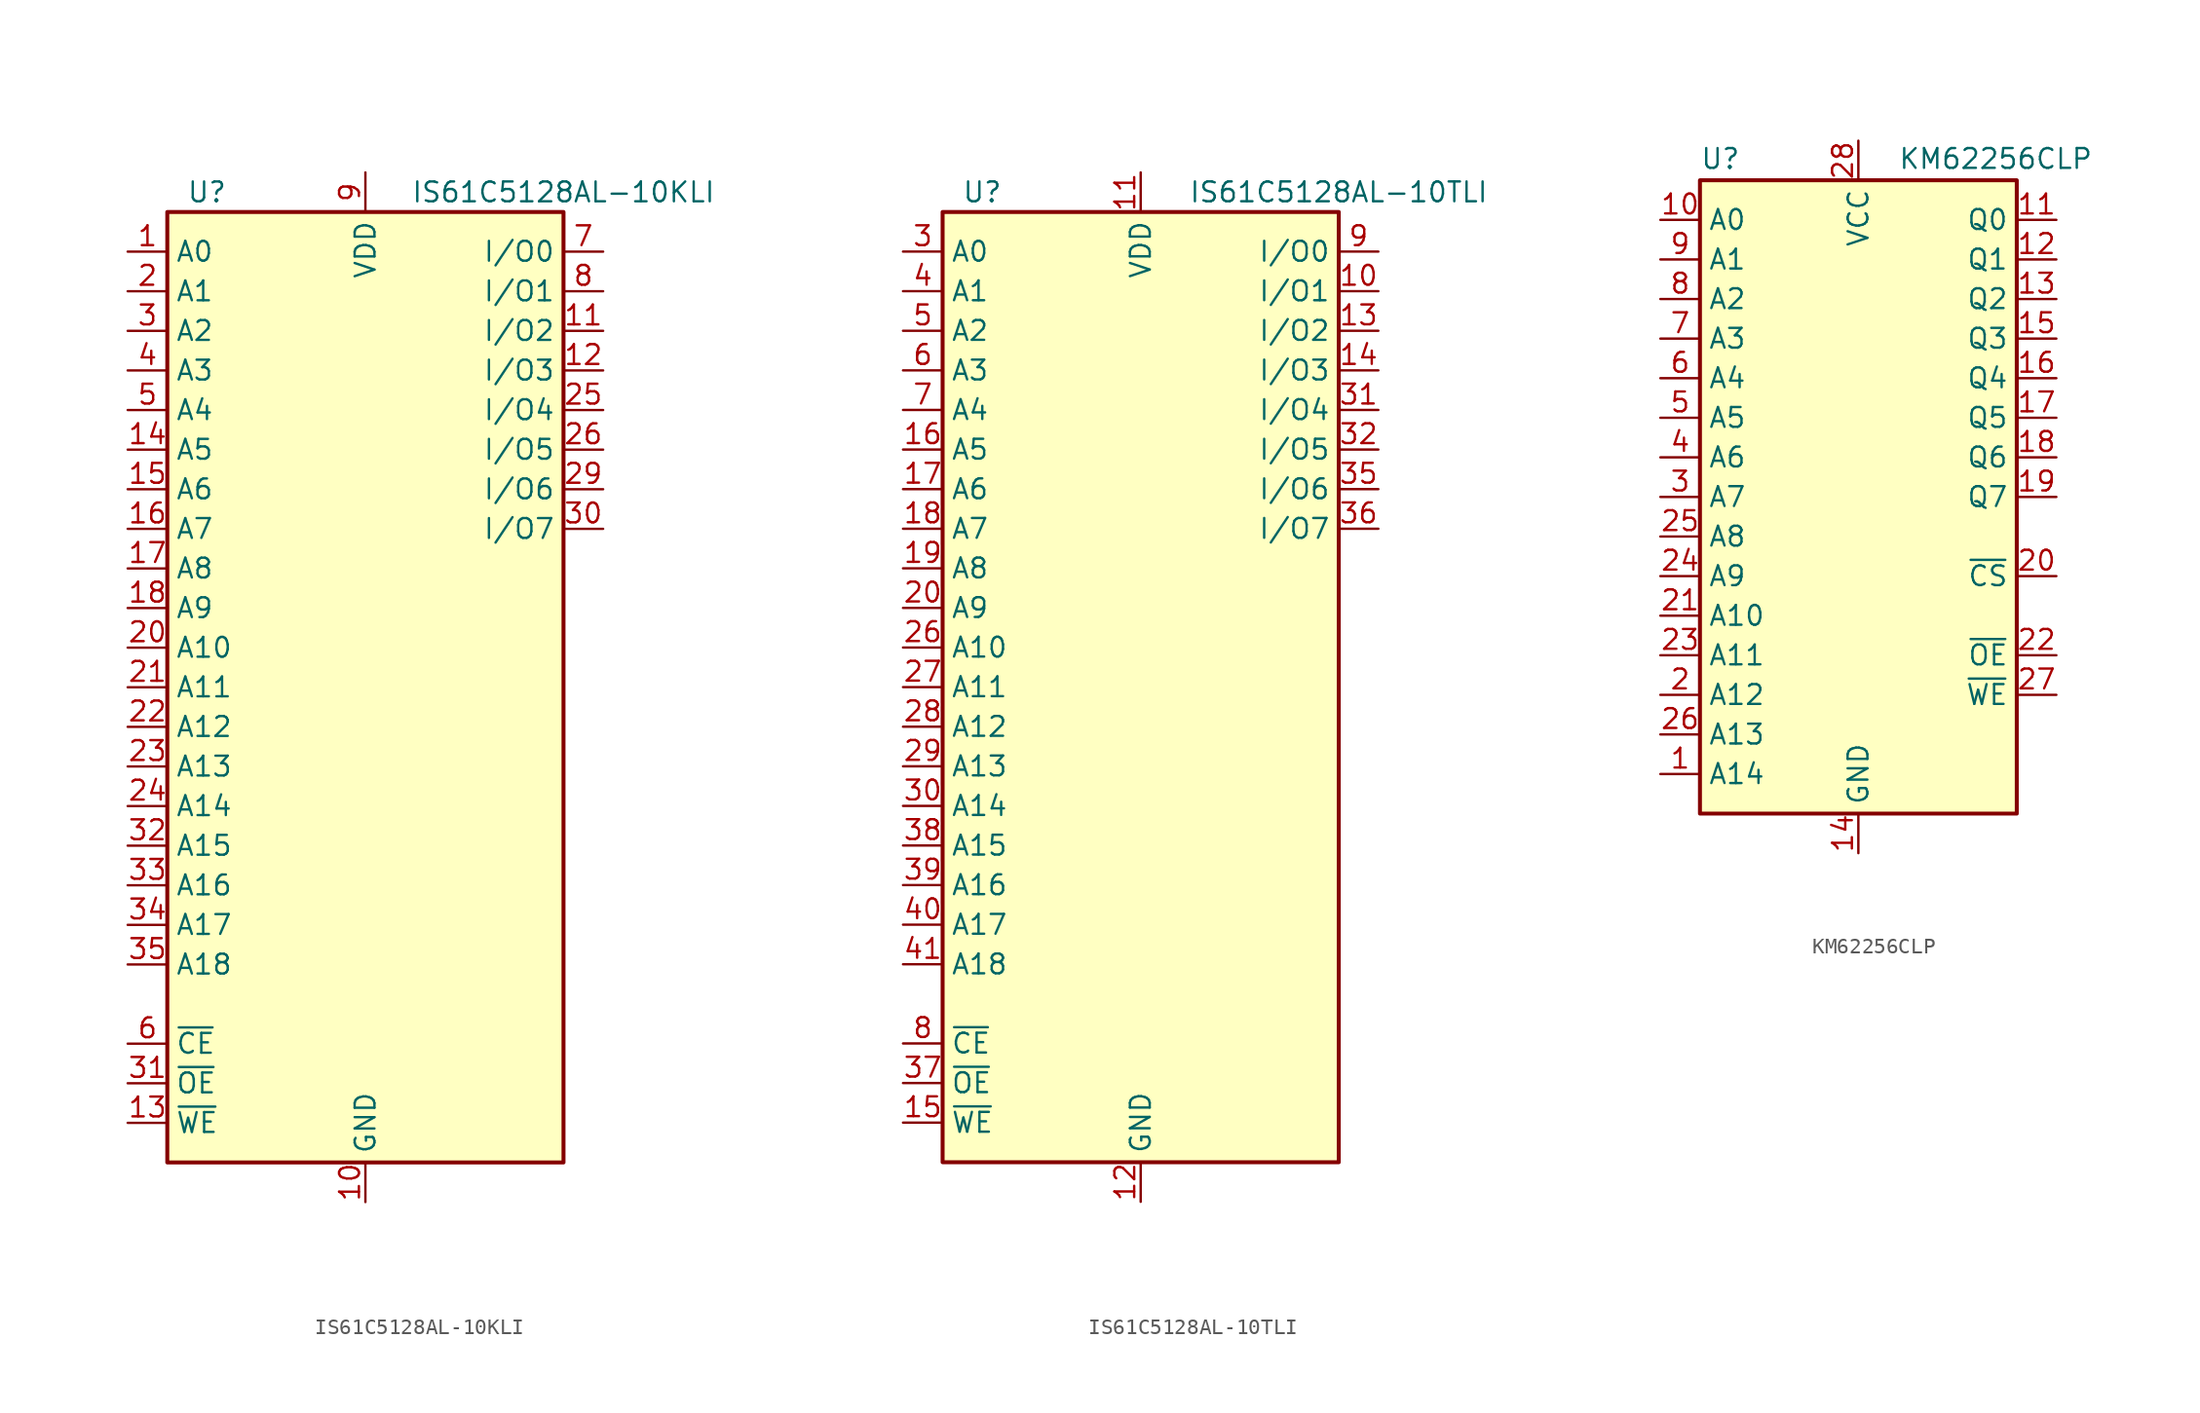
<source format=kicad_sym>
(kicad_symbol_lib
  (version 20200908)
  (generator kicad_symbol_editor)
  (symbol "Memory_RAM:IS61C5128AL-10KLI"
    (property "Reference" "U"
      (at -10.16 31.75 0)
      (effects (font (size 1.27 1.27))))
    (property "Value" "IS61C5128AL-10KLI"
      (at 12.7 31.75 0)
      (effects (font (size 1.27 1.27))))
    (symbol "IS61C5128AL-10KLI_0_1"
      (rectangle (start -12.7 30.48) (end 12.7 -30.48) (stroke (width 0.254)) (fill (type background))))
    (symbol "IS61C5128AL-10KLI_1_1"
      (pin input line (at -15.24 27.94 0) (length 2.54) (name "A0" (effects (font (size 1.27 1.27)))) (number "1" (effects (font (size 1.27 1.27)))))
      (pin power_in line (at 0 -33.02 90) (length 2.54) (name "GND" (effects (font (size 1.27 1.27)))) (number "10" (effects (font (size 1.27 1.27)))))
      (pin bidirectional line (at 15.24 22.86 180) (length 2.54) (name "I/O2" (effects (font (size 1.27 1.27)))) (number "11" (effects (font (size 1.27 1.27)))))
      (pin bidirectional line (at 15.24 20.32 180) (length 2.54) (name "I/O3" (effects (font (size 1.27 1.27)))) (number "12" (effects (font (size 1.27 1.27)))))
      (pin input line (at -15.24 -27.94 0) (length 2.54) (name "~WE" (effects (font (size 1.27 1.27)))) (number "13" (effects (font (size 1.27 1.27)))))
      (pin input line (at -15.24 15.24 0) (length 2.54) (name "A5" (effects (font (size 1.27 1.27)))) (number "14" (effects (font (size 1.27 1.27)))))
      (pin input line (at -15.24 12.7 0) (length 2.54) (name "A6" (effects (font (size 1.27 1.27)))) (number "15" (effects (font (size 1.27 1.27)))))
      (pin input line (at -15.24 10.16 0) (length 2.54) (name "A7" (effects (font (size 1.27 1.27)))) (number "16" (effects (font (size 1.27 1.27)))))
      (pin input line (at -15.24 7.62 0) (length 2.54) (name "A8" (effects (font (size 1.27 1.27)))) (number "17" (effects (font (size 1.27 1.27)))))
      (pin input line (at -15.24 5.08 0) (length 2.54) (name "A9" (effects (font (size 1.27 1.27)))) (number "18" (effects (font (size 1.27 1.27)))))
      (pin unconnected line (at 12.7 -27.94 180) (length 2.54) hide (name "NC" (effects (font (size 1.27 1.27)))) (number "19" (effects (font (size 1.27 1.27)))))
      (pin input line (at -15.24 25.4 0) (length 2.54) (name "A1" (effects (font (size 1.27 1.27)))) (number "2" (effects (font (size 1.27 1.27)))))
      (pin input line (at -15.24 2.54 0) (length 2.54) (name "A10" (effects (font (size 1.27 1.27)))) (number "20" (effects (font (size 1.27 1.27)))))
      (pin input line (at -15.24 0 0) (length 2.54) (name "A11" (effects (font (size 1.27 1.27)))) (number "21" (effects (font (size 1.27 1.27)))))
      (pin input line (at -15.24 -2.54 0) (length 2.54) (name "A12" (effects (font (size 1.27 1.27)))) (number "22" (effects (font (size 1.27 1.27)))))
      (pin input line (at -15.24 -5.08 0) (length 2.54) (name "A13" (effects (font (size 1.27 1.27)))) (number "23" (effects (font (size 1.27 1.27)))))
      (pin input line (at -15.24 -7.62 0) (length 2.54) (name "A14" (effects (font (size 1.27 1.27)))) (number "24" (effects (font (size 1.27 1.27)))))
      (pin bidirectional line (at 15.24 17.78 180) (length 2.54) (name "I/O4" (effects (font (size 1.27 1.27)))) (number "25" (effects (font (size 1.27 1.27)))))
      (pin bidirectional line (at 15.24 15.24 180) (length 2.54) (name "I/O5" (effects (font (size 1.27 1.27)))) (number "26" (effects (font (size 1.27 1.27)))))
      (pin passive line (at 0 33.02 270) (length 2.54) hide (name "VDD" (effects (font (size 1.27 1.27)))) (number "27" (effects (font (size 1.27 1.27)))))
      (pin passive line (at 0 -33.02 90) (length 2.54) hide (name "GND" (effects (font (size 1.27 1.27)))) (number "28" (effects (font (size 1.27 1.27)))))
      (pin bidirectional line (at 15.24 12.7 180) (length 2.54) (name "I/O6" (effects (font (size 1.27 1.27)))) (number "29" (effects (font (size 1.27 1.27)))))
      (pin input line (at -15.24 22.86 0) (length 2.54) (name "A2" (effects (font (size 1.27 1.27)))) (number "3" (effects (font (size 1.27 1.27)))))
      (pin bidirectional line (at 15.24 10.16 180) (length 2.54) (name "I/O7" (effects (font (size 1.27 1.27)))) (number "30" (effects (font (size 1.27 1.27)))))
      (pin input line (at -15.24 -25.4 0) (length 2.54) (name "~OE" (effects (font (size 1.27 1.27)))) (number "31" (effects (font (size 1.27 1.27)))))
      (pin input line (at -15.24 -10.16 0) (length 2.54) (name "A15" (effects (font (size 1.27 1.27)))) (number "32" (effects (font (size 1.27 1.27)))))
      (pin input line (at -15.24 -12.7 0) (length 2.54) (name "A16" (effects (font (size 1.27 1.27)))) (number "33" (effects (font (size 1.27 1.27)))))
      (pin input line (at -15.24 -15.24 0) (length 2.54) (name "A17" (effects (font (size 1.27 1.27)))) (number "34" (effects (font (size 1.27 1.27)))))
      (pin input line (at -15.24 -17.78 0) (length 2.54) (name "A18" (effects (font (size 1.27 1.27)))) (number "35" (effects (font (size 1.27 1.27)))))
      (pin unconnected line (at 12.7 -25.4 180) (length 2.54) hide (name "NC" (effects (font (size 1.27 1.27)))) (number "36" (effects (font (size 1.27 1.27)))))
      (pin input line (at -15.24 20.32 0) (length 2.54) (name "A3" (effects (font (size 1.27 1.27)))) (number "4" (effects (font (size 1.27 1.27)))))
      (pin input line (at -15.24 17.78 0) (length 2.54) (name "A4" (effects (font (size 1.27 1.27)))) (number "5" (effects (font (size 1.27 1.27)))))
      (pin input line (at -15.24 -22.86 0) (length 2.54) (name "~CE" (effects (font (size 1.27 1.27)))) (number "6" (effects (font (size 1.27 1.27)))))
      (pin bidirectional line (at 15.24 27.94 180) (length 2.54) (name "I/O0" (effects (font (size 1.27 1.27)))) (number "7" (effects (font (size 1.27 1.27)))))
      (pin bidirectional line (at 15.24 25.4 180) (length 2.54) (name "I/O1" (effects (font (size 1.27 1.27)))) (number "8" (effects (font (size 1.27 1.27)))))
      (pin power_in line (at 0 33.02 270) (length 2.54) (name "VDD" (effects (font (size 1.27 1.27)))) (number "9" (effects (font (size 1.27 1.27)))))))
  (symbol "Memory_RAM:IS61C5128AL-10TLI"
    (property "Reference" "U"
      (at -10.16 31.75 0)
      (effects (font (size 1.27 1.27))))
    (property "Value" "IS61C5128AL-10TLI"
      (at 12.7 31.75 0)
      (effects (font (size 1.27 1.27))))
    (symbol "IS61C5128AL-10TLI_0_1"
      (rectangle (start -12.7 30.48) (end 12.7 -30.48) (stroke (width 0.254)) (fill (type background))))
    (symbol "IS61C5128AL-10TLI_1_1"
      (pin unconnected line (at 12.7 -27.94 180) (length 2.54) hide (name "NC" (effects (font (size 1.27 1.27)))) (number "1" (effects (font (size 1.27 1.27)))))
      (pin bidirectional line (at 15.24 25.4 180) (length 2.54) (name "I/O1" (effects (font (size 1.27 1.27)))) (number "10" (effects (font (size 1.27 1.27)))))
      (pin power_in line (at 0 33.02 270) (length 2.54) (name "VDD" (effects (font (size 1.27 1.27)))) (number "11" (effects (font (size 1.27 1.27)))))
      (pin power_in line (at 0 -33.02 90) (length 2.54) (name "GND" (effects (font (size 1.27 1.27)))) (number "12" (effects (font (size 1.27 1.27)))))
      (pin bidirectional line (at 15.24 22.86 180) (length 2.54) (name "I/O2" (effects (font (size 1.27 1.27)))) (number "13" (effects (font (size 1.27 1.27)))))
      (pin bidirectional line (at 15.24 20.32 180) (length 2.54) (name "I/O3" (effects (font (size 1.27 1.27)))) (number "14" (effects (font (size 1.27 1.27)))))
      (pin input line (at -15.24 -27.94 0) (length 2.54) (name "~WE" (effects (font (size 1.27 1.27)))) (number "15" (effects (font (size 1.27 1.27)))))
      (pin input line (at -15.24 15.24 0) (length 2.54) (name "A5" (effects (font (size 1.27 1.27)))) (number "16" (effects (font (size 1.27 1.27)))))
      (pin input line (at -15.24 12.7 0) (length 2.54) (name "A6" (effects (font (size 1.27 1.27)))) (number "17" (effects (font (size 1.27 1.27)))))
      (pin input line (at -15.24 10.16 0) (length 2.54) (name "A7" (effects (font (size 1.27 1.27)))) (number "18" (effects (font (size 1.27 1.27)))))
      (pin input line (at -15.24 7.62 0) (length 2.54) (name "A8" (effects (font (size 1.27 1.27)))) (number "19" (effects (font (size 1.27 1.27)))))
      (pin unconnected line (at 12.7 -25.4 180) (length 2.54) hide (name "NC" (effects (font (size 1.27 1.27)))) (number "2" (effects (font (size 1.27 1.27)))))
      (pin input line (at -15.24 5.08 0) (length 2.54) (name "A9" (effects (font (size 1.27 1.27)))) (number "20" (effects (font (size 1.27 1.27)))))
      (pin unconnected line (at 12.7 -22.86 180) (length 2.54) hide (name "NC" (effects (font (size 1.27 1.27)))) (number "21" (effects (font (size 1.27 1.27)))))
      (pin unconnected line (at 12.7 -20.32 180) (length 2.54) hide (name "NC" (effects (font (size 1.27 1.27)))) (number "22" (effects (font (size 1.27 1.27)))))
      (pin unconnected line (at 12.7 -17.78 180) (length 2.54) hide (name "NC" (effects (font (size 1.27 1.27)))) (number "23" (effects (font (size 1.27 1.27)))))
      (pin unconnected line (at 12.7 -15.24 180) (length 2.54) hide (name "NC" (effects (font (size 1.27 1.27)))) (number "24" (effects (font (size 1.27 1.27)))))
      (pin unconnected line (at 12.7 -12.7 180) (length 2.54) hide (name "NC" (effects (font (size 1.27 1.27)))) (number "25" (effects (font (size 1.27 1.27)))))
      (pin input line (at -15.24 2.54 0) (length 2.54) (name "A10" (effects (font (size 1.27 1.27)))) (number "26" (effects (font (size 1.27 1.27)))))
      (pin input line (at -15.24 0 0) (length 2.54) (name "A11" (effects (font (size 1.27 1.27)))) (number "27" (effects (font (size 1.27 1.27)))))
      (pin input line (at -15.24 -2.54 0) (length 2.54) (name "A12" (effects (font (size 1.27 1.27)))) (number "28" (effects (font (size 1.27 1.27)))))
      (pin input line (at -15.24 -5.08 0) (length 2.54) (name "A13" (effects (font (size 1.27 1.27)))) (number "29" (effects (font (size 1.27 1.27)))))
      (pin input line (at -15.24 27.94 0) (length 2.54) (name "A0" (effects (font (size 1.27 1.27)))) (number "3" (effects (font (size 1.27 1.27)))))
      (pin input line (at -15.24 -7.62 0) (length 2.54) (name "A14" (effects (font (size 1.27 1.27)))) (number "30" (effects (font (size 1.27 1.27)))))
      (pin bidirectional line (at 15.24 17.78 180) (length 2.54) (name "I/O4" (effects (font (size 1.27 1.27)))) (number "31" (effects (font (size 1.27 1.27)))))
      (pin bidirectional line (at 15.24 15.24 180) (length 2.54) (name "I/O5" (effects (font (size 1.27 1.27)))) (number "32" (effects (font (size 1.27 1.27)))))
      (pin passive line (at 0 33.02 270) (length 2.54) hide (name "VDD" (effects (font (size 1.27 1.27)))) (number "33" (effects (font (size 1.27 1.27)))))
      (pin passive line (at 0 -33.02 90) (length 2.54) hide (name "GND" (effects (font (size 1.27 1.27)))) (number "34" (effects (font (size 1.27 1.27)))))
      (pin bidirectional line (at 15.24 12.7 180) (length 2.54) (name "I/O6" (effects (font (size 1.27 1.27)))) (number "35" (effects (font (size 1.27 1.27)))))
      (pin bidirectional line (at 15.24 10.16 180) (length 2.54) (name "I/O7" (effects (font (size 1.27 1.27)))) (number "36" (effects (font (size 1.27 1.27)))))
      (pin input line (at -15.24 -25.4 0) (length 2.54) (name "~OE" (effects (font (size 1.27 1.27)))) (number "37" (effects (font (size 1.27 1.27)))))
      (pin input line (at -15.24 -10.16 0) (length 2.54) (name "A15" (effects (font (size 1.27 1.27)))) (number "38" (effects (font (size 1.27 1.27)))))
      (pin input line (at -15.24 -12.7 0) (length 2.54) (name "A16" (effects (font (size 1.27 1.27)))) (number "39" (effects (font (size 1.27 1.27)))))
      (pin input line (at -15.24 25.4 0) (length 2.54) (name "A1" (effects (font (size 1.27 1.27)))) (number "4" (effects (font (size 1.27 1.27)))))
      (pin input line (at -15.24 -15.24 0) (length 2.54) (name "A17" (effects (font (size 1.27 1.27)))) (number "40" (effects (font (size 1.27 1.27)))))
      (pin input line (at -15.24 -17.78 0) (length 2.54) (name "A18" (effects (font (size 1.27 1.27)))) (number "41" (effects (font (size 1.27 1.27)))))
      (pin unconnected line (at 12.7 -10.16 180) (length 2.54) hide (name "NC" (effects (font (size 1.27 1.27)))) (number "42" (effects (font (size 1.27 1.27)))))
      (pin unconnected line (at 12.7 -7.62 180) (length 2.54) hide (name "NC" (effects (font (size 1.27 1.27)))) (number "43" (effects (font (size 1.27 1.27)))))
      (pin unconnected line (at 12.7 -5.08 180) (length 2.54) hide (name "NC" (effects (font (size 1.27 1.27)))) (number "44" (effects (font (size 1.27 1.27)))))
      (pin input line (at -15.24 22.86 0) (length 2.54) (name "A2" (effects (font (size 1.27 1.27)))) (number "5" (effects (font (size 1.27 1.27)))))
      (pin input line (at -15.24 20.32 0) (length 2.54) (name "A3" (effects (font (size 1.27 1.27)))) (number "6" (effects (font (size 1.27 1.27)))))
      (pin input line (at -15.24 17.78 0) (length 2.54) (name "A4" (effects (font (size 1.27 1.27)))) (number "7" (effects (font (size 1.27 1.27)))))
      (pin input line (at -15.24 -22.86 0) (length 2.54) (name "~CE" (effects (font (size 1.27 1.27)))) (number "8" (effects (font (size 1.27 1.27)))))
      (pin bidirectional line (at 15.24 27.94 180) (length 2.54) (name "I/O0" (effects (font (size 1.27 1.27)))) (number "9" (effects (font (size 1.27 1.27)))))))
  (symbol "Memory_RAM:KM62256CLP"
    (property "Reference" "U"
      (at -10.16 20.955 0)
      (effects (font (size 1.27 1.27)) (justify left bottom)))
    (property "Value" "KM62256CLP"
      (at 2.54 20.955 0)
      (effects (font (size 1.27 1.27)) (justify left bottom)))
    (symbol "KM62256CLP_0_1"
      (rectangle (start -10.16 20.32) (end 10.16 -20.32) (stroke (width 0.254)) (fill (type background))))
    (symbol "KM62256CLP_0_0"
      (pin power_in line (at 0 -22.86 90) (length 2.54) (name "GND" (effects (font (size 1.27 1.27)))) (number "14" (effects (font (size 1.27 1.27)))))
      (pin power_in line (at 0 22.86 270) (length 2.54) (name "VCC" (effects (font (size 1.27 1.27)))) (number "28" (effects (font (size 1.27 1.27))))))
    (symbol "KM62256CLP_1_1"
      (pin input line (at -12.7 -17.78 0) (length 2.54) (name "A14" (effects (font (size 1.27 1.27)))) (number "1" (effects (font (size 1.27 1.27)))))
      (pin input line (at -12.7 17.78 0) (length 2.54) (name "A0" (effects (font (size 1.27 1.27)))) (number "10" (effects (font (size 1.27 1.27)))))
      (pin tri_state line (at 12.7 17.78 180) (length 2.54) (name "Q0" (effects (font (size 1.27 1.27)))) (number "11" (effects (font (size 1.27 1.27)))))
      (pin tri_state line (at 12.7 15.24 180) (length 2.54) (name "Q1" (effects (font (size 1.27 1.27)))) (number "12" (effects (font (size 1.27 1.27)))))
      (pin tri_state line (at 12.7 12.7 180) (length 2.54) (name "Q2" (effects (font (size 1.27 1.27)))) (number "13" (effects (font (size 1.27 1.27)))))
      (pin tri_state line (at 12.7 10.16 180) (length 2.54) (name "Q3" (effects (font (size 1.27 1.27)))) (number "15" (effects (font (size 1.27 1.27)))))
      (pin tri_state line (at 12.7 7.62 180) (length 2.54) (name "Q4" (effects (font (size 1.27 1.27)))) (number "16" (effects (font (size 1.27 1.27)))))
      (pin tri_state line (at 12.7 5.08 180) (length 2.54) (name "Q5" (effects (font (size 1.27 1.27)))) (number "17" (effects (font (size 1.27 1.27)))))
      (pin tri_state line (at 12.7 2.54 180) (length 2.54) (name "Q6" (effects (font (size 1.27 1.27)))) (number "18" (effects (font (size 1.27 1.27)))))
      (pin tri_state line (at 12.7 0 180) (length 2.54) (name "Q7" (effects (font (size 1.27 1.27)))) (number "19" (effects (font (size 1.27 1.27)))))
      (pin input line (at -12.7 -12.7 0) (length 2.54) (name "A12" (effects (font (size 1.27 1.27)))) (number "2" (effects (font (size 1.27 1.27)))))
      (pin input line (at 12.7 -5.08 180) (length 2.54) (name "~CS" (effects (font (size 1.27 1.27)))) (number "20" (effects (font (size 1.27 1.27)))))
      (pin input line (at -12.7 -7.62 0) (length 2.54) (name "A10" (effects (font (size 1.27 1.27)))) (number "21" (effects (font (size 1.27 1.27)))))
      (pin input line (at 12.7 -10.16 180) (length 2.54) (name "~OE" (effects (font (size 1.27 1.27)))) (number "22" (effects (font (size 1.27 1.27)))))
      (pin input line (at -12.7 -10.16 0) (length 2.54) (name "A11" (effects (font (size 1.27 1.27)))) (number "23" (effects (font (size 1.27 1.27)))))
      (pin input line (at -12.7 -5.08 0) (length 2.54) (name "A9" (effects (font (size 1.27 1.27)))) (number "24" (effects (font (size 1.27 1.27)))))
      (pin input line (at -12.7 -2.54 0) (length 2.54) (name "A8" (effects (font (size 1.27 1.27)))) (number "25" (effects (font (size 1.27 1.27)))))
      (pin input line (at -12.7 -15.24 0) (length 2.54) (name "A13" (effects (font (size 1.27 1.27)))) (number "26" (effects (font (size 1.27 1.27)))))
      (pin input line (at 12.7 -12.7 180) (length 2.54) (name "~WE" (effects (font (size 1.27 1.27)))) (number "27" (effects (font (size 1.27 1.27)))))
      (pin input line (at -12.7 0 0) (length 2.54) (name "A7" (effects (font (size 1.27 1.27)))) (number "3" (effects (font (size 1.27 1.27)))))
      (pin input line (at -12.7 2.54 0) (length 2.54) (name "A6" (effects (font (size 1.27 1.27)))) (number "4" (effects (font (size 1.27 1.27)))))
      (pin input line (at -12.7 5.08 0) (length 2.54) (name "A5" (effects (font (size 1.27 1.27)))) (number "5" (effects (font (size 1.27 1.27)))))
      (pin input line (at -12.7 7.62 0) (length 2.54) (name "A4" (effects (font (size 1.27 1.27)))) (number "6" (effects (font (size 1.27 1.27)))))
      (pin input line (at -12.7 10.16 0) (length 2.54) (name "A3" (effects (font (size 1.27 1.27)))) (number "7" (effects (font (size 1.27 1.27)))))
      (pin input line (at -12.7 12.7 0) (length 2.54) (name "A2" (effects (font (size 1.27 1.27)))) (number "8" (effects (font (size 1.27 1.27)))))
      (pin input line (at -12.7 15.24 0) (length 2.54) (name "A1" (effects (font (size 1.27 1.27)))) (number "9" (effects (font (size 1.27 1.27))))))))
</source>
